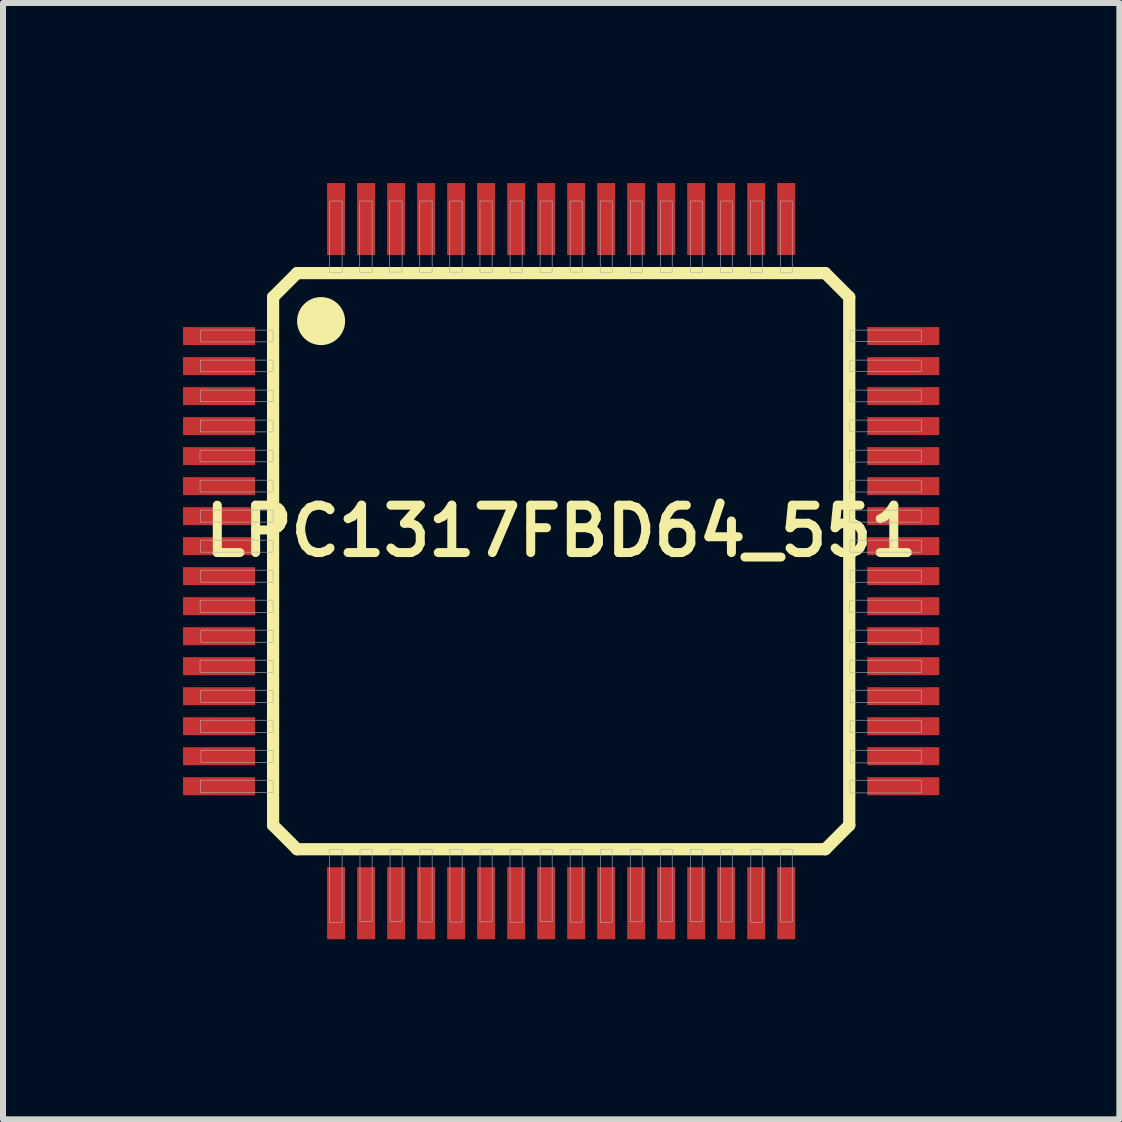
<source format=kicad_pcb>
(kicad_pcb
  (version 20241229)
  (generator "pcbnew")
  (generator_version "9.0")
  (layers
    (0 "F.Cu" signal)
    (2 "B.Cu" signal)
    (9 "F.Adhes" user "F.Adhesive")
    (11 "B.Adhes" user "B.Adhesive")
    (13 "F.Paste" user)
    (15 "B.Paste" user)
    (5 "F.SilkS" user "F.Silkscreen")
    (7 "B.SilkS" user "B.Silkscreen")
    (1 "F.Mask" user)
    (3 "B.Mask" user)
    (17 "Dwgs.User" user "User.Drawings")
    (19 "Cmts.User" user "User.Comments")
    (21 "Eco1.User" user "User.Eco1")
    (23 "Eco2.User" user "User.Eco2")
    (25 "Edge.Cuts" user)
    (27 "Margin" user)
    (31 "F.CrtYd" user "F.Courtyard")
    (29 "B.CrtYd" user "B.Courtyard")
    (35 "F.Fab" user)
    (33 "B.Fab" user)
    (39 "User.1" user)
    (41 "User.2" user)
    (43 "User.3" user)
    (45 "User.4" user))
  (footprint "LPC1317FBD64_551"
    (layer "F.Cu")
    (at 6.3 6.3)
    (property "Reference" "LPC1317FBD64_551" (at 0.000015 -0.501 0) (layer "F.SilkS") (effects (font (size 0.789 0.789) (thickness 0.15))))
    (attr through_hole)
    (fp_line (start -4.8 -4.4) (end -4.4 -4.8) (stroke (width 0.203) (type solid)) (layer "F.SilkS"))
    (fp_line (start -4.8 4.4) (end -4.8 -4.4) (stroke (width 0.203) (type solid)) (layer "F.SilkS"))
    (fp_line (start -4.4 -4.8) (end 4.4 -4.8) (stroke (width 0.203) (type solid)) (layer "F.SilkS"))
    (fp_line (start -4.4 4.8) (end -4.8 4.4) (stroke (width 0.203) (type solid)) (layer "F.SilkS"))
    (fp_line (start 4.4 -4.8) (end 4.8 -4.4) (stroke (width 0.203) (type solid)) (layer "F.SilkS"))
    (fp_line (start 4.4 4.8) (end -4.4 4.8) (stroke (width 0.203) (type solid)) (layer "F.SilkS"))
    (fp_line (start 4.8 -4.4) (end 4.8 4.4) (stroke (width 0.203) (type solid)) (layer "F.SilkS"))
    (fp_line (start 4.8 4.4) (end 4.4 4.8) (stroke (width 0.203) (type solid)) (layer "F.SilkS"))
    (fp_circle (center -4 -4) (end -3.6 -4) (stroke (width 0) (type solid)) (fill yes) (layer "F.SilkS"))
    (fp_poly (pts (xy -6.018 -1.85) (xy -4.8 -1.85) (xy -4.8 -1.655) (xy -6.018 -1.655)) (stroke (width 0.01) (type solid)) (fill no) (layer "F.Fab"))
    (fp_poly (pts (xy -6.017 1.65) (xy -4.8 1.65) (xy -4.8 1.855) (xy -6.017 1.855)) (stroke (width 0.01) (type solid)) (fill no) (layer "F.Fab"))
    (fp_poly (pts (xy -6.016 -1.35) (xy -4.8 -1.35) (xy -4.8 -1.153) (xy -6.016 -1.153)) (stroke (width 0.01) (type solid)) (fill no) (layer "F.Fab"))
    (fp_poly (pts (xy -6.015 0.65) (xy -4.8 0.65) (xy -4.8 0.852) (xy -6.015 0.852)) (stroke (width 0.01) (type solid)) (fill no) (layer "F.Fab"))
    (fp_poly (pts (xy -6.013 -2.85) (xy -4.8 -2.85) (xy -4.8 -2.656) (xy -6.013 -2.656)) (stroke (width 0.01) (type solid)) (fill no) (layer "F.Fab"))
    (fp_poly (pts (xy -6.012 -0.85) (xy -4.8 -0.85) (xy -4.8 -0.651) (xy -6.012 -0.651)) (stroke (width 0.01) (type solid)) (fill no) (layer "F.Fab"))
    (fp_poly (pts (xy -6.011 -3.35) (xy -4.8 -3.35) (xy -4.8 -3.156) (xy -6.011 -3.156)) (stroke (width 0.01) (type solid)) (fill no) (layer "F.Fab"))
    (fp_poly (pts (xy -6.011 3.65) (xy -4.8 3.65) (xy -4.8 3.857) (xy -6.011 3.857)) (stroke (width 0.01) (type solid)) (fill no) (layer "F.Fab"))
    (fp_poly (pts (xy -6.011 -2.35) (xy -4.8 -2.35) (xy -4.8 -2.154) (xy -6.011 -2.154)) (stroke (width 0.01) (type solid)) (fill no) (layer "F.Fab"))
    (fp_poly (pts (xy -6.008 -0.35) (xy -4.8 -0.35) (xy -4.8 -0.15) (xy -6.008 -0.15)) (stroke (width 0.01) (type solid)) (fill no) (layer "F.Fab"))
    (fp_poly (pts (xy -6.008 2.65) (xy -4.8 2.65) (xy -4.8 2.854) (xy -6.008 2.854)) (stroke (width 0.01) (type solid)) (fill no) (layer "F.Fab"))
    (fp_poly (pts (xy -6.007 0.15) (xy -4.8 0.15) (xy -4.8 0.35) (xy -6.007 0.35)) (stroke (width 0.01) (type solid)) (fill no) (layer "F.Fab"))
    (fp_poly (pts (xy -6.006 2.15) (xy -4.8 2.15) (xy -4.8 2.353) (xy -6.006 2.353)) (stroke (width 0.01) (type solid)) (fill no) (layer "F.Fab"))
    (fp_poly (pts (xy -6.006 -3.85) (xy -4.8 -3.85) (xy -4.8 -3.653) (xy -6.006 -3.653)) (stroke (width 0.01) (type solid)) (fill no) (layer "F.Fab"))
    (fp_poly (pts (xy -6.004 1.15) (xy -4.8 1.15) (xy -4.8 1.351) (xy -6.004 1.351)) (stroke (width 0.01) (type solid)) (fill no) (layer "F.Fab"))
    (fp_poly (pts (xy -6.002 3.15) (xy -4.8 3.15) (xy -4.8 3.351) (xy -6.002 3.351)) (stroke (width 0.01) (type solid)) (fill no) (layer "F.Fab"))
    (fp_poly (pts (xy -3.861 4.8) (xy -3.65 4.8) (xy -3.65 6.017) (xy -3.861 6.017)) (stroke (width 0.01) (type solid)) (fill no) (layer "F.Fab"))
    (fp_poly (pts (xy -3.857 -6) (xy -3.65 -6) (xy -3.65 -4.809) (xy -3.857 -4.809)) (stroke (width 0.01) (type solid)) (fill no) (layer "F.Fab"))
    (fp_poly (pts (xy -3.356 -6) (xy -3.15 -6) (xy -3.15 -4.809) (xy -3.356 -4.809)) (stroke (width 0.01) (type solid)) (fill no) (layer "F.Fab"))
    (fp_poly (pts (xy -3.352 4.8) (xy -3.15 4.8) (xy -3.15 6.004) (xy -3.352 6.004)) (stroke (width 0.01) (type solid)) (fill no) (layer "F.Fab"))
    (fp_poly (pts (xy -2.86 -6) (xy -2.65 -6) (xy -2.65 -4.816) (xy -2.86 -4.816)) (stroke (width 0.01) (type solid)) (fill no) (layer "F.Fab"))
    (fp_poly (pts (xy -2.851 4.8) (xy -2.65 4.8) (xy -2.65 6.003) (xy -2.851 6.003)) (stroke (width 0.01) (type solid)) (fill no) (layer "F.Fab"))
    (fp_poly (pts (xy -2.356 -6) (xy -2.15 -6) (xy -2.15 -4.813) (xy -2.356 -4.813)) (stroke (width 0.01) (type solid)) (fill no) (layer "F.Fab"))
    (fp_poly (pts (xy -2.354 4.8) (xy -2.15 4.8) (xy -2.15 6.011) (xy -2.354 6.011)) (stroke (width 0.01) (type solid)) (fill no) (layer "F.Fab"))
    (fp_poly (pts (xy -1.856 -6) (xy -1.65 -6) (xy -1.65 -4.815) (xy -1.856 -4.815)) (stroke (width 0.01) (type solid)) (fill no) (layer "F.Fab"))
    (fp_poly (pts (xy -1.854 4.8) (xy -1.65 4.8) (xy -1.65 6.013) (xy -1.854 6.013)) (stroke (width 0.01) (type solid)) (fill no) (layer "F.Fab"))
    (fp_poly (pts (xy -1.353 -6) (xy -1.15 -6) (xy -1.15 -4.81) (xy -1.353 -4.81)) (stroke (width 0.01) (type solid)) (fill no) (layer "F.Fab"))
    (fp_poly (pts (xy -1.352 4.8) (xy -1.15 4.8) (xy -1.15 6.009) (xy -1.352 6.009)) (stroke (width 0.01) (type solid)) (fill no) (layer "F.Fab"))
    (fp_poly (pts (xy -0.852 4.8) (xy -0.65 4.8) (xy -0.65 6.015) (xy -0.852 6.015)) (stroke (width 0.01) (type solid)) (fill no) (layer "F.Fab"))
    (fp_poly (pts (xy -0.851 -6) (xy -0.65 -6) (xy -0.65 -4.807) (xy -0.851 -4.807)) (stroke (width 0.01) (type solid)) (fill no) (layer "F.Fab"))
    (fp_poly (pts (xy -0.351 -6) (xy -0.15 -6) (xy -0.15 -4.811) (xy -0.351 -4.811)) (stroke (width 0.01) (type solid)) (fill no) (layer "F.Fab"))
    (fp_poly (pts (xy -0.35 4.8) (xy -0.15 4.8) (xy -0.15 6.005) (xy -0.35 6.005)) (stroke (width 0.01) (type solid)) (fill no) (layer "F.Fab"))
    (fp_poly (pts (xy 0.15 4.8) (xy 0.35 4.8) (xy 0.35 6.014) (xy 0.15 6.014)) (stroke (width 0.01) (type solid)) (fill no) (layer "F.Fab"))
    (fp_poly (pts (xy 0.15 -6) (xy 0.35 -6) (xy 0.35 -4.815) (xy 0.15 -4.815)) (stroke (width 0.01) (type solid)) (fill no) (layer "F.Fab"))
    (fp_poly (pts (xy 0.651 -6) (xy 0.85 -6) (xy 0.85 -4.805) (xy 0.651 -4.805)) (stroke (width 0.01) (type solid)) (fill no) (layer "F.Fab"))
    (fp_poly (pts (xy 0.652 4.8) (xy 0.85 4.8) (xy 0.85 6.019) (xy 0.652 6.019)) (stroke (width 0.01) (type solid)) (fill no) (layer "F.Fab"))
    (fp_poly (pts (xy 1.151 4.8) (xy 1.35 4.8) (xy 1.35 6.008) (xy 1.151 6.008)) (stroke (width 0.01) (type solid)) (fill no) (layer "F.Fab"))
    (fp_poly (pts (xy 1.152 -6) (xy 1.35 -6) (xy 1.35 -4.81) (xy 1.152 -4.81)) (stroke (width 0.01) (type solid)) (fill no) (layer "F.Fab"))
    (fp_poly (pts (xy 1.652 4.8) (xy 1.85 4.8) (xy 1.85 6.009) (xy 1.652 6.009)) (stroke (width 0.01) (type solid)) (fill no) (layer "F.Fab"))
    (fp_poly (pts (xy 1.653 -6) (xy 1.85 -6) (xy 1.85 -4.807) (xy 1.653 -4.807)) (stroke (width 0.01) (type solid)) (fill no) (layer "F.Fab"))
    (fp_poly (pts (xy 2.153 4.8) (xy 2.35 4.8) (xy 2.35 6.008) (xy 2.153 6.008)) (stroke (width 0.01) (type solid)) (fill no) (layer "F.Fab"))
    (fp_poly (pts (xy 2.155 -6) (xy 2.35 -6) (xy 2.35 -4.811) (xy 2.155 -4.811)) (stroke (width 0.01) (type solid)) (fill no) (layer "F.Fab"))
    (fp_poly (pts (xy 2.655 -6) (xy 2.85 -6) (xy 2.85 -4.809) (xy 2.655 -4.809)) (stroke (width 0.01) (type solid)) (fill no) (layer "F.Fab"))
    (fp_poly (pts (xy 2.655 4.8) (xy 2.85 4.8) (xy 2.85 6.011) (xy 2.655 6.011)) (stroke (width 0.01) (type solid)) (fill no) (layer "F.Fab"))
    (fp_poly (pts (xy 3.155 -6) (xy 3.35 -6) (xy 3.35 -4.807) (xy 3.155 -4.807)) (stroke (width 0.01) (type solid)) (fill no) (layer "F.Fab"))
    (fp_poly (pts (xy 3.16 4.8) (xy 3.35 4.8) (xy 3.35 6.018) (xy 3.16 6.018)) (stroke (width 0.01) (type solid)) (fill no) (layer "F.Fab"))
    (fp_poly (pts (xy 3.653 -6) (xy 3.85 -6) (xy 3.85 -4.804) (xy 3.653 -4.804)) (stroke (width 0.01) (type solid)) (fill no) (layer "F.Fab"))
    (fp_poly (pts (xy 3.657 4.8) (xy 3.85 4.8) (xy 3.85 6.012) (xy 3.657 6.012)) (stroke (width 0.01) (type solid)) (fill no) (layer "F.Fab"))
    (fp_poly (pts (xy 4.803 -1.85) (xy 6 -1.85) (xy 6 -1.651) (xy 4.803 -1.651)) (stroke (width 0.01) (type solid)) (fill no) (layer "F.Fab"))
    (fp_poly (pts (xy 4.804 0.65) (xy 6 0.65) (xy 6 0.851) (xy 4.804 0.851)) (stroke (width 0.01) (type solid)) (fill no) (layer "F.Fab"))
    (fp_poly (pts (xy 4.809 1.15) (xy 6 1.15) (xy 6 1.352) (xy 4.809 1.352)) (stroke (width 0.01) (type solid)) (fill no) (layer "F.Fab"))
    (fp_poly (pts (xy 4.809 -1.35) (xy 6 -1.35) (xy 6 -1.152) (xy 4.809 -1.152)) (stroke (width 0.01) (type solid)) (fill no) (layer "F.Fab"))
    (fp_poly (pts (xy 4.809 -0.85) (xy 6 -0.85) (xy 6 -0.651) (xy 4.809 -0.651)) (stroke (width 0.01) (type solid)) (fill no) (layer "F.Fab"))
    (fp_poly (pts (xy 4.81 -2.85) (xy 6 -2.85) (xy 6 -2.655) (xy 4.81 -2.655)) (stroke (width 0.01) (type solid)) (fill no) (layer "F.Fab"))
    (fp_poly (pts (xy 4.81 -2.35) (xy 6 -2.35) (xy 6 -2.155) (xy 4.81 -2.155)) (stroke (width 0.01) (type solid)) (fill no) (layer "F.Fab"))
    (fp_poly (pts (xy 4.811 1.65) (xy 6 1.65) (xy 6 1.854) (xy 4.811 1.854)) (stroke (width 0.01) (type solid)) (fill no) (layer "F.Fab"))
    (fp_poly (pts (xy 4.812 -0.35) (xy 6 -0.35) (xy 6 -0.15) (xy 4.812 -0.15)) (stroke (width 0.01) (type solid)) (fill no) (layer "F.Fab"))
    (fp_poly (pts (xy 4.812 -3.35) (xy 6 -3.35) (xy 6 -3.158) (xy 4.812 -3.158)) (stroke (width 0.01) (type solid)) (fill no) (layer "F.Fab"))
    (fp_poly (pts (xy 4.813 -3.85) (xy 6 -3.85) (xy 6 -3.66) (xy 4.813 -3.66)) (stroke (width 0.01) (type solid)) (fill no) (layer "F.Fab"))
    (fp_poly (pts (xy 4.813 2.65) (xy 6 2.65) (xy 6 2.858) (xy 4.813 2.858)) (stroke (width 0.01) (type solid)) (fill no) (layer "F.Fab"))
    (fp_poly (pts (xy 4.813 3.65) (xy 6 3.65) (xy 6 3.861) (xy 4.813 3.861)) (stroke (width 0.01) (type solid)) (fill no) (layer "F.Fab"))
    (fp_poly (pts (xy 4.815 0.15) (xy 6 0.15) (xy 6 0.351) (xy 4.815 0.351)) (stroke (width 0.01) (type solid)) (fill no) (layer "F.Fab"))
    (fp_poly (pts (xy 4.816 2.15) (xy 6 2.15) (xy 6 2.358) (xy 4.816 2.358)) (stroke (width 0.01) (type solid)) (fill no) (layer "F.Fab"))
    (fp_poly (pts (xy 4.816 3.15) (xy 6 3.15) (xy 6 3.361) (xy 4.816 3.361)) (stroke (width 0.01) (type solid)) (fill no) (layer "F.Fab"))
    (pad "1" smd rect (at -5.7 -3.75) (size 1.2 0.3) (layers "F.Cu" "F.Mask" "F.Paste"))
    (pad "2" smd rect (at -5.7 -3.25) (size 1.2 0.3) (layers "F.Cu" "F.Mask" "F.Paste"))
    (pad "3" smd rect (at -5.7 -2.75) (size 1.2 0.3) (layers "F.Cu" "F.Mask" "F.Paste"))
    (pad "4" smd rect (at -5.7 -2.25) (size 1.2 0.3) (layers "F.Cu" "F.Mask" "F.Paste"))
    (pad "5" smd rect (at -5.7 -1.75) (size 1.2 0.3) (layers "F.Cu" "F.Mask" "F.Paste"))
    (pad "6" smd rect (at -5.7 -1.25) (size 1.2 0.3) (layers "F.Cu" "F.Mask" "F.Paste"))
    (pad "7" smd rect (at -5.7 -0.75) (size 1.2 0.3) (layers "F.Cu" "F.Mask" "F.Paste"))
    (pad "8" smd rect (at -5.7 -0.25) (size 1.2 0.3) (layers "F.Cu" "F.Mask" "F.Paste"))
    (pad "9" smd rect (at -5.7 0.25) (size 1.2 0.3) (layers "F.Cu" "F.Mask" "F.Paste"))
    (pad "10" smd rect (at -5.7 0.75) (size 1.2 0.3) (layers "F.Cu" "F.Mask" "F.Paste"))
    (pad "11" smd rect (at -5.7 1.25) (size 1.2 0.3) (layers "F.Cu" "F.Mask" "F.Paste"))
    (pad "12" smd rect (at -5.7 1.75) (size 1.2 0.3) (layers "F.Cu" "F.Mask" "F.Paste"))
    (pad "13" smd rect (at -5.7 2.25) (size 1.2 0.3) (layers "F.Cu" "F.Mask" "F.Paste"))
    (pad "14" smd rect (at -5.7 2.75) (size 1.2 0.3) (layers "F.Cu" "F.Mask" "F.Paste"))
    (pad "15" smd rect (at -5.7 3.25) (size 1.2 0.3) (layers "F.Cu" "F.Mask" "F.Paste"))
    (pad "16" smd rect (at -5.7 3.75) (size 1.2 0.3) (layers "F.Cu" "F.Mask" "F.Paste"))
    (pad "17" smd rect (at -3.75 5.7) (size 0.3 1.2) (layers "F.Cu" "F.Mask" "F.Paste"))
    (pad "18" smd rect (at -3.25 5.7) (size 0.3 1.2) (layers "F.Cu" "F.Mask" "F.Paste"))
    (pad "19" smd rect (at -2.75 5.7) (size 0.3 1.2) (layers "F.Cu" "F.Mask" "F.Paste"))
    (pad "20" smd rect (at -2.25 5.7) (size 0.3 1.2) (layers "F.Cu" "F.Mask" "F.Paste"))
    (pad "21" smd rect (at -1.75 5.7) (size 0.3 1.2) (layers "F.Cu" "F.Mask" "F.Paste"))
    (pad "22" smd rect (at -1.25 5.7) (size 0.3 1.2) (layers "F.Cu" "F.Mask" "F.Paste"))
    (pad "23" smd rect (at -0.75 5.7) (size 0.3 1.2) (layers "F.Cu" "F.Mask" "F.Paste"))
    (pad "24" smd rect (at -0.25 5.7) (size 0.3 1.2) (layers "F.Cu" "F.Mask" "F.Paste"))
    (pad "25" smd rect (at 0.25 5.7) (size 0.3 1.2) (layers "F.Cu" "F.Mask" "F.Paste"))
    (pad "26" smd rect (at 0.75 5.7) (size 0.3 1.2) (layers "F.Cu" "F.Mask" "F.Paste"))
    (pad "27" smd rect (at 1.25 5.7) (size 0.3 1.2) (layers "F.Cu" "F.Mask" "F.Paste"))
    (pad "28" smd rect (at 1.75 5.7) (size 0.3 1.2) (layers "F.Cu" "F.Mask" "F.Paste"))
    (pad "29" smd rect (at 2.25 5.7) (size 0.3 1.2) (layers "F.Cu" "F.Mask" "F.Paste"))
    (pad "30" smd rect (at 2.75 5.7) (size 0.3 1.2) (layers "F.Cu" "F.Mask" "F.Paste"))
    (pad "31" smd rect (at 3.25 5.7) (size 0.3 1.2) (layers "F.Cu" "F.Mask" "F.Paste"))
    (pad "32" smd rect (at 3.75 5.7) (size 0.3 1.2) (layers "F.Cu" "F.Mask" "F.Paste"))
    (pad "33" smd rect (at 5.7 3.75) (size 1.2 0.3) (layers "F.Cu" "F.Mask" "F.Paste"))
    (pad "34" smd rect (at 5.7 3.25) (size 1.2 0.3) (layers "F.Cu" "F.Mask" "F.Paste"))
    (pad "35" smd rect (at 5.7 2.75) (size 1.2 0.3) (layers "F.Cu" "F.Mask" "F.Paste"))
    (pad "36" smd rect (at 5.7 2.25) (size 1.2 0.3) (layers "F.Cu" "F.Mask" "F.Paste"))
    (pad "37" smd rect (at 5.7 1.75) (size 1.2 0.3) (layers "F.Cu" "F.Mask" "F.Paste"))
    (pad "38" smd rect (at 5.7 1.25) (size 1.2 0.3) (layers "F.Cu" "F.Mask" "F.Paste"))
    (pad "39" smd rect (at 5.7 0.75) (size 1.2 0.3) (layers "F.Cu" "F.Mask" "F.Paste"))
    (pad "40" smd rect (at 5.7 0.25) (size 1.2 0.3) (layers "F.Cu" "F.Mask" "F.Paste"))
    (pad "41" smd rect (at 5.7 -0.25) (size 1.2 0.3) (layers "F.Cu" "F.Mask" "F.Paste"))
    (pad "42" smd rect (at 5.7 -0.75) (size 1.2 0.3) (layers "F.Cu" "F.Mask" "F.Paste"))
    (pad "43" smd rect (at 5.7 -1.25) (size 1.2 0.3) (layers "F.Cu" "F.Mask" "F.Paste"))
    (pad "44" smd rect (at 5.7 -1.75) (size 1.2 0.3) (layers "F.Cu" "F.Mask" "F.Paste"))
    (pad "45" smd rect (at 5.7 -2.25) (size 1.2 0.3) (layers "F.Cu" "F.Mask" "F.Paste"))
    (pad "46" smd rect (at 5.7 -2.75) (size 1.2 0.3) (layers "F.Cu" "F.Mask" "F.Paste"))
    (pad "47" smd rect (at 5.7 -3.25) (size 1.2 0.3) (layers "F.Cu" "F.Mask" "F.Paste"))
    (pad "48" smd rect (at 5.7 -3.75) (size 1.2 0.3) (layers "F.Cu" "F.Mask" "F.Paste"))
    (pad "49" smd rect (at 3.75 -5.7) (size 0.3 1.2) (layers "F.Cu" "F.Mask" "F.Paste"))
    (pad "50" smd rect (at 3.25 -5.7) (size 0.3 1.2) (layers "F.Cu" "F.Mask" "F.Paste"))
    (pad "51" smd rect (at 2.75 -5.7) (size 0.3 1.2) (layers "F.Cu" "F.Mask" "F.Paste"))
    (pad "52" smd rect (at 2.25 -5.7) (size 0.3 1.2) (layers "F.Cu" "F.Mask" "F.Paste"))
    (pad "53" smd rect (at 1.75 -5.7) (size 0.3 1.2) (layers "F.Cu" "F.Mask" "F.Paste"))
    (pad "54" smd rect (at 1.25 -5.7) (size 0.3 1.2) (layers "F.Cu" "F.Mask" "F.Paste"))
    (pad "55" smd rect (at 0.75 -5.7) (size 0.3 1.2) (layers "F.Cu" "F.Mask" "F.Paste"))
    (pad "56" smd rect (at 0.25 -5.7) (size 0.3 1.2) (layers "F.Cu" "F.Mask" "F.Paste"))
    (pad "57" smd rect (at -0.25 -5.7) (size 0.3 1.2) (layers "F.Cu" "F.Mask" "F.Paste"))
    (pad "58" smd rect (at -0.75 -5.7) (size 0.3 1.2) (layers "F.Cu" "F.Mask" "F.Paste"))
    (pad "59" smd rect (at -1.25 -5.7) (size 0.3 1.2) (layers "F.Cu" "F.Mask" "F.Paste"))
    (pad "60" smd rect (at -1.75 -5.7) (size 0.3 1.2) (layers "F.Cu" "F.Mask" "F.Paste"))
    (pad "61" smd rect (at -2.25 -5.7) (size 0.3 1.2) (layers "F.Cu" "F.Mask" "F.Paste"))
    (pad "62" smd rect (at -2.75 -5.7) (size 0.3 1.2) (layers "F.Cu" "F.Mask" "F.Paste"))
    (pad "63" smd rect (at -3.25 -5.7) (size 0.3 1.2) (layers "F.Cu" "F.Mask" "F.Paste"))
    (pad "64" smd rect (at -3.75 -5.7) (size 0.3 1.2) (layers "F.Cu" "F.Mask" "F.Paste")))
  (gr_rect
    (start -3 -3)
    (end 15.6 15.6)
    (stroke (width 0.1) (type default))
    (fill no)
    (layer "Edge.Cuts")))
</source>
